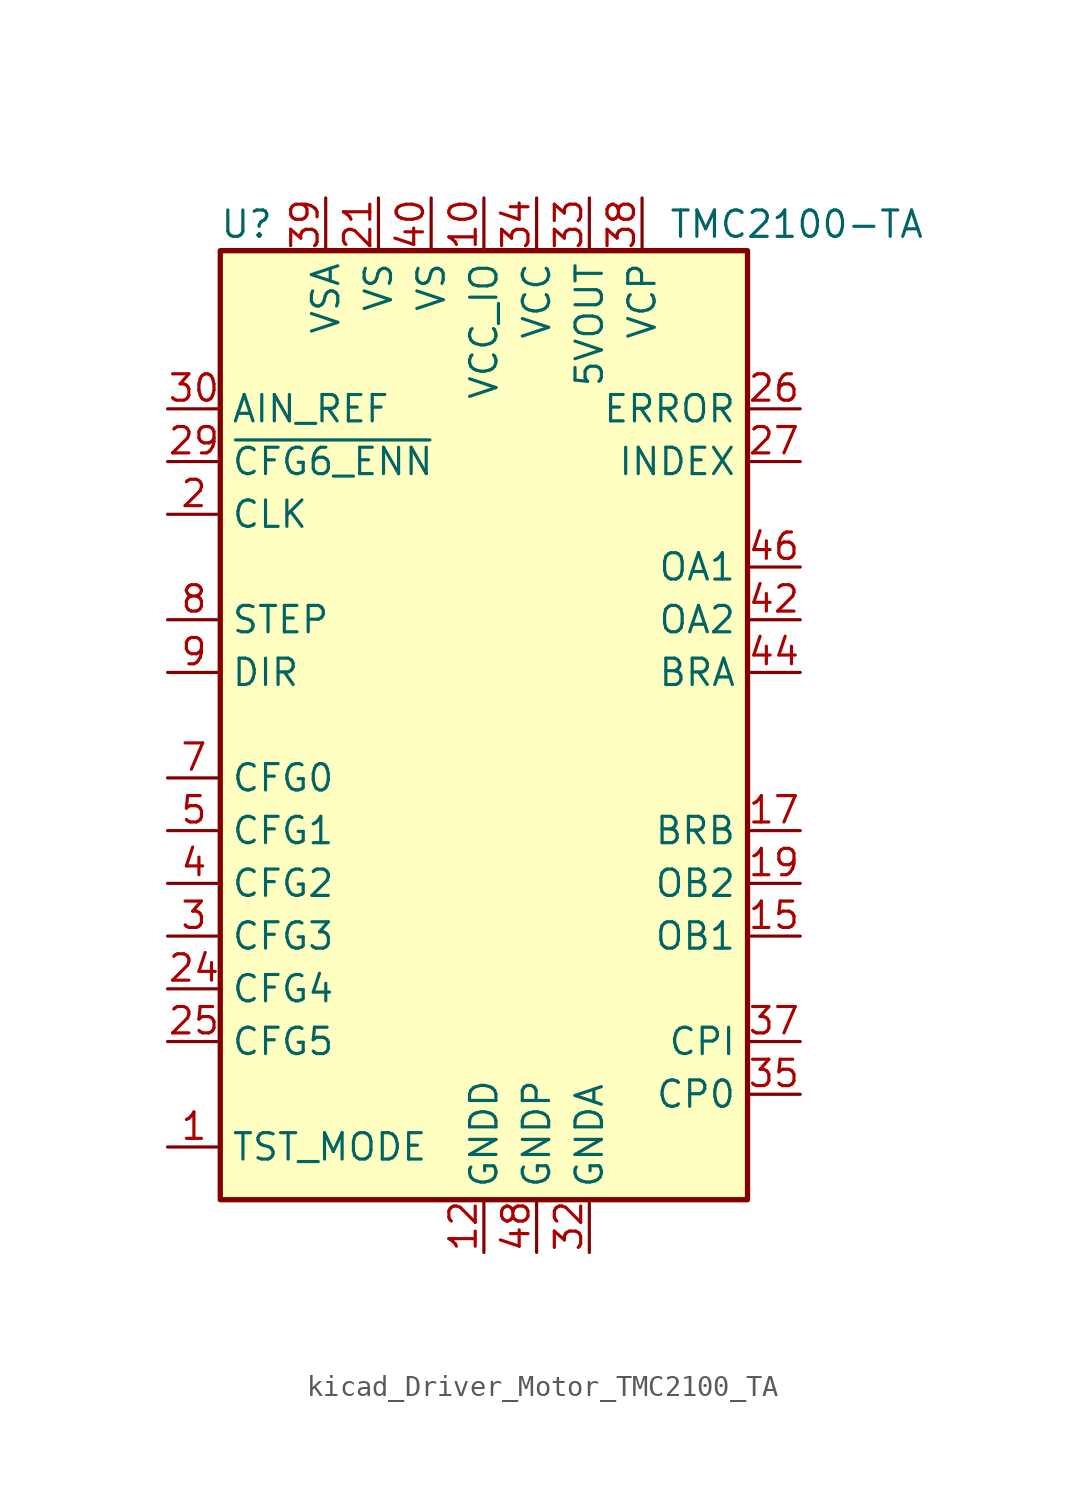
<source format=kicad_sym>
(kicad_symbol_lib
  (version 20220914)
  (generator kicad_symbol_editor)
  (symbol "kicad_Driver_Motor_TMC2100_TA"
    (property "Reference" "U"
      (at -11.43 24.13 0)
      (effects (font (size 1.27 1.27))))
    (property "Value" "TMC2100-TA"
      (at 8.89 24.13 0)
      (effects (font (size 1.27 1.27)) (justify left)))
    (symbol "kicad_Driver_Motor_TMC2100_TA_0_1"
      (rectangle (start -12.7 22.86) (end 12.7 -22.86) (stroke (width 0.254) (type default)) (fill (type background))))
    (symbol "kicad_Driver_Motor_TMC2100_TA_1_1"
      (pin input line (at -15.24 -20.32 0) (length 2.54) (name "TST_MODE" (effects (font (size 1.27 1.27)))) (number "1" (effects (font (size 1.27 1.27)))))
      (pin power_in line (at 0 25.4 270) (length 2.54) (name "VCC_IO" (effects (font (size 1.27 1.27)))) (number "10" (effects (font (size 1.27 1.27)))))
      (pin no_connect line (at -12.7 17.78 0) (length 2.54) hide (name "DNC" (effects (font (size 1.27 1.27)))) (number "11" (effects (font (size 1.27 1.27)))))
      (pin power_in line (at 0 -25.4 90) (length 2.54) (name "GNDD" (effects (font (size 1.27 1.27)))) (number "12" (effects (font (size 1.27 1.27)))))
      (pin passive line (at 2.54 -25.4 90) (length 2.54) hide (name "GNDP" (effects (font (size 1.27 1.27)))) (number "13" (effects (font (size 1.27 1.27)))))
      (pin no_connect line (at -12.7 7.62 0) (length 2.54) hide (name "DNC" (effects (font (size 1.27 1.27)))) (number "14" (effects (font (size 1.27 1.27)))))
      (pin output line (at 15.24 -10.16 180) (length 2.54) (name "OB1" (effects (font (size 1.27 1.27)))) (number "15" (effects (font (size 1.27 1.27)))))
      (pin no_connect line (at -12.7 0 0) (length 2.54) hide (name "DNC" (effects (font (size 1.27 1.27)))) (number "16" (effects (font (size 1.27 1.27)))))
      (pin passive line (at 15.24 -5.08 180) (length 2.54) (name "BRB" (effects (font (size 1.27 1.27)))) (number "17" (effects (font (size 1.27 1.27)))))
      (pin no_connect line (at -12.7 -17.78 0) (length 2.54) hide (name "DNC" (effects (font (size 1.27 1.27)))) (number "18" (effects (font (size 1.27 1.27)))))
      (pin output line (at 15.24 -7.62 180) (length 2.54) (name "OB2" (effects (font (size 1.27 1.27)))) (number "19" (effects (font (size 1.27 1.27)))))
      (pin input line (at -15.24 10.16 0) (length 2.54) (name "CLK" (effects (font (size 1.27 1.27)))) (number "2" (effects (font (size 1.27 1.27)))))
      (pin no_connect line (at 12.7 17.78 180) (length 2.54) hide (name "DNC" (effects (font (size 1.27 1.27)))) (number "20" (effects (font (size 1.27 1.27)))))
      (pin power_in line (at -5.08 25.4 270) (length 2.54) (name "VS" (effects (font (size 1.27 1.27)))) (number "21" (effects (font (size 1.27 1.27)))))
      (pin no_connect line (at 7.62 -22.86 90) (length 2.54) hide (name "DNC" (effects (font (size 1.27 1.27)))) (number "22" (effects (font (size 1.27 1.27)))))
      (pin no_connect line (at 12.7 20.32 180) (length 2.54) hide (name "DNC" (effects (font (size 1.27 1.27)))) (number "23" (effects (font (size 1.27 1.27)))))
      (pin input line (at -15.24 -12.7 0) (length 2.54) (name "CFG4" (effects (font (size 1.27 1.27)))) (number "24" (effects (font (size 1.27 1.27)))))
      (pin input line (at -15.24 -15.24 0) (length 2.54) (name "CFG5" (effects (font (size 1.27 1.27)))) (number "25" (effects (font (size 1.27 1.27)))))
      (pin open_collector line (at 15.24 15.24 180) (length 2.54) (name "ERROR" (effects (font (size 1.27 1.27)))) (number "26" (effects (font (size 1.27 1.27)))))
      (pin open_collector line (at 15.24 12.7 180) (length 2.54) (name "INDEX" (effects (font (size 1.27 1.27)))) (number "27" (effects (font (size 1.27 1.27)))))
      (pin no_connect line (at 12.7 -20.32 180) (length 2.54) hide (name "DNC" (effects (font (size 1.27 1.27)))) (number "28" (effects (font (size 1.27 1.27)))))
      (pin input line (at -15.24 12.7 0) (length 2.54) (name "~{CFG6_ENN}" (effects (font (size 1.27 1.27)))) (number "29" (effects (font (size 1.27 1.27)))))
      (pin input line (at -15.24 -10.16 0) (length 2.54) (name "CFG3" (effects (font (size 1.27 1.27)))) (number "3" (effects (font (size 1.27 1.27)))))
      (pin input line (at -15.24 15.24 0) (length 2.54) (name "AIN_REF" (effects (font (size 1.27 1.27)))) (number "30" (effects (font (size 1.27 1.27)))))
      (pin passive line (at 0 -25.4 90) (length 2.54) hide (name "GNDD" (effects (font (size 1.27 1.27)))) (number "31" (effects (font (size 1.27 1.27)))))
      (pin power_in line (at 5.08 -25.4 90) (length 2.54) (name "GNDA" (effects (font (size 1.27 1.27)))) (number "32" (effects (font (size 1.27 1.27)))))
      (pin power_out line (at 5.08 25.4 270) (length 2.54) (name "5VOUT" (effects (font (size 1.27 1.27)))) (number "33" (effects (font (size 1.27 1.27)))))
      (pin power_in line (at 2.54 25.4 270) (length 2.54) (name "VCC" (effects (font (size 1.27 1.27)))) (number "34" (effects (font (size 1.27 1.27)))))
      (pin passive line (at 15.24 -17.78 180) (length 2.54) (name "CP0" (effects (font (size 1.27 1.27)))) (number "35" (effects (font (size 1.27 1.27)))))
      (pin passive line (at 0 -25.4 90) (length 2.54) hide (name "GNDD" (effects (font (size 1.27 1.27)))) (number "36" (effects (font (size 1.27 1.27)))))
      (pin passive line (at 15.24 -15.24 180) (length 2.54) (name "CPI" (effects (font (size 1.27 1.27)))) (number "37" (effects (font (size 1.27 1.27)))))
      (pin passive line (at 7.62 25.4 270) (length 2.54) (name "VCP" (effects (font (size 1.27 1.27)))) (number "38" (effects (font (size 1.27 1.27)))))
      (pin power_in line (at -7.62 25.4 270) (length 2.54) (name "VSA" (effects (font (size 1.27 1.27)))) (number "39" (effects (font (size 1.27 1.27)))))
      (pin input line (at -15.24 -7.62 0) (length 2.54) (name "CFG2" (effects (font (size 1.27 1.27)))) (number "4" (effects (font (size 1.27 1.27)))))
      (pin power_in line (at -2.54 25.4 270) (length 2.54) (name "VS" (effects (font (size 1.27 1.27)))) (number "40" (effects (font (size 1.27 1.27)))))
      (pin no_connect line (at 12.7 -12.7 180) (length 2.54) hide (name "DNC" (effects (font (size 1.27 1.27)))) (number "41" (effects (font (size 1.27 1.27)))))
      (pin output line (at 15.24 5.08 180) (length 2.54) (name "OA2" (effects (font (size 1.27 1.27)))) (number "42" (effects (font (size 1.27 1.27)))))
      (pin no_connect line (at 12.7 -2.54 180) (length 2.54) hide (name "DNC" (effects (font (size 1.27 1.27)))) (number "43" (effects (font (size 1.27 1.27)))))
      (pin passive line (at 15.24 2.54 180) (length 2.54) (name "BRA" (effects (font (size 1.27 1.27)))) (number "44" (effects (font (size 1.27 1.27)))))
      (pin no_connect line (at 12.7 0 180) (length 2.54) hide (name "DNC" (effects (font (size 1.27 1.27)))) (number "45" (effects (font (size 1.27 1.27)))))
      (pin output line (at 15.24 7.62 180) (length 2.54) (name "OA1" (effects (font (size 1.27 1.27)))) (number "46" (effects (font (size 1.27 1.27)))))
      (pin no_connect line (at 12.7 10.16 180) (length 2.54) hide (name "DNC" (effects (font (size 1.27 1.27)))) (number "47" (effects (font (size 1.27 1.27)))))
      (pin power_in line (at 2.54 -25.4 90) (length 2.54) (name "GNDP" (effects (font (size 1.27 1.27)))) (number "48" (effects (font (size 1.27 1.27)))))
      (pin passive line (at 0 -25.4 90) (length 2.54) hide (name "GNDD" (effects (font (size 1.27 1.27)))) (number "49" (effects (font (size 1.27 1.27)))))
      (pin input line (at -15.24 -5.08 0) (length 2.54) (name "CFG1" (effects (font (size 1.27 1.27)))) (number "5" (effects (font (size 1.27 1.27)))))
      (pin passive line (at 0 -25.4 90) (length 2.54) hide (name "GNDD" (effects (font (size 1.27 1.27)))) (number "6" (effects (font (size 1.27 1.27)))))
      (pin input line (at -15.24 -2.54 0) (length 2.54) (name "CFG0" (effects (font (size 1.27 1.27)))) (number "7" (effects (font (size 1.27 1.27)))))
      (pin input line (at -15.24 5.08 0) (length 2.54) (name "STEP" (effects (font (size 1.27 1.27)))) (number "8" (effects (font (size 1.27 1.27)))))
      (pin input line (at -15.24 2.54 0) (length 2.54) (name "DIR" (effects (font (size 1.27 1.27)))) (number "9" (effects (font (size 1.27 1.27))))))))
</source>
